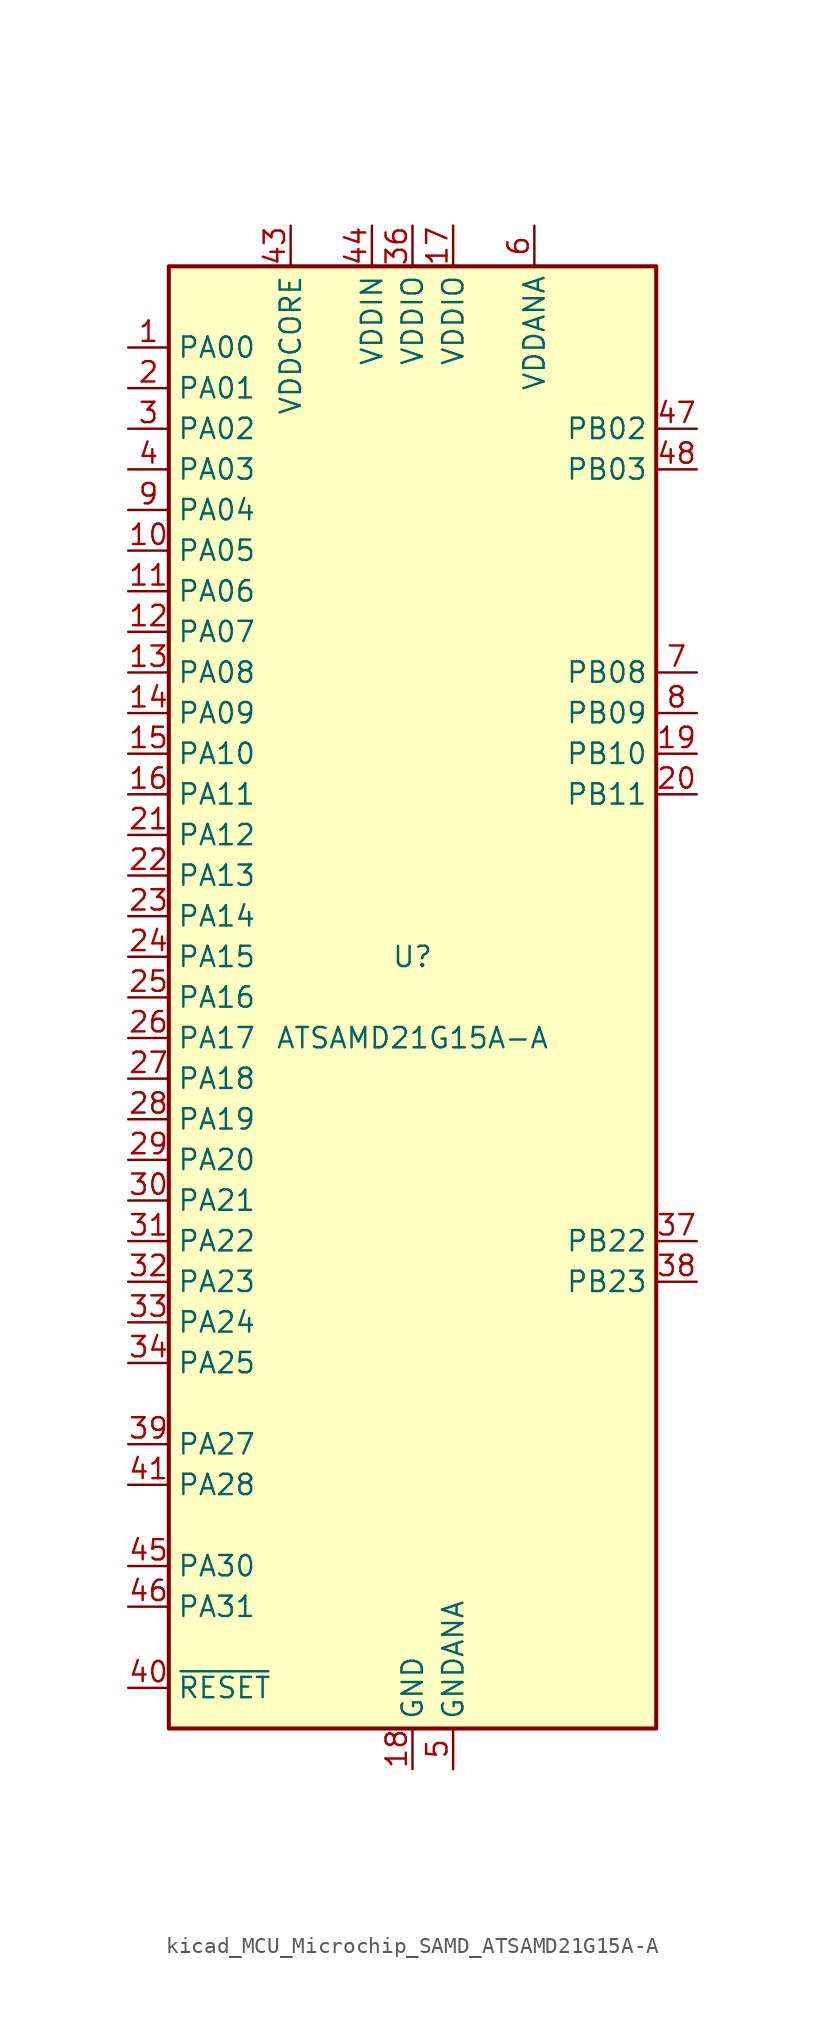
<source format=kicad_sym>
(kicad_symbol_lib
  (version 20220914)
  (generator kicad_symbol_editor)
  (symbol "kicad_MCU_Microchip_SAMD_ATSAMD21G15A-A"
    (property "Reference" "U"
      (at 0 2.54 0)
      (effects (font (size 1.27 1.27))))
    (property "Value" "ATSAMD21G15A-A"
      (at 0 -2.54 0)
      (effects (font (size 1.27 1.27))))
    (symbol "kicad_MCU_Microchip_SAMD_ATSAMD21G15A-A_0_1"
      (rectangle (start -15.24 45.72) (end 15.24 -45.72) (stroke (width 0.254) (type default)) (fill (type background))))
    (symbol "kicad_MCU_Microchip_SAMD_ATSAMD21G15A-A_1_1"
      (pin bidirectional line (at -17.78 40.64 0) (length 2.54) (name "PA00" (effects (font (size 1.27 1.27)))) (number "1" (effects (font (size 1.27 1.27)))))
      (pin bidirectional line (at -17.78 27.94 0) (length 2.54) (name "PA05" (effects (font (size 1.27 1.27)))) (number "10" (effects (font (size 1.27 1.27)))))
      (pin bidirectional line (at -17.78 25.4 0) (length 2.54) (name "PA06" (effects (font (size 1.27 1.27)))) (number "11" (effects (font (size 1.27 1.27)))))
      (pin bidirectional line (at -17.78 22.86 0) (length 2.54) (name "PA07" (effects (font (size 1.27 1.27)))) (number "12" (effects (font (size 1.27 1.27)))))
      (pin bidirectional line (at -17.78 20.32 0) (length 2.54) (name "PA08" (effects (font (size 1.27 1.27)))) (number "13" (effects (font (size 1.27 1.27)))))
      (pin bidirectional line (at -17.78 17.78 0) (length 2.54) (name "PA09" (effects (font (size 1.27 1.27)))) (number "14" (effects (font (size 1.27 1.27)))))
      (pin bidirectional line (at -17.78 15.24 0) (length 2.54) (name "PA10" (effects (font (size 1.27 1.27)))) (number "15" (effects (font (size 1.27 1.27)))))
      (pin bidirectional line (at -17.78 12.7 0) (length 2.54) (name "PA11" (effects (font (size 1.27 1.27)))) (number "16" (effects (font (size 1.27 1.27)))))
      (pin power_in line (at 2.54 48.26 270) (length 2.54) (name "VDDIO" (effects (font (size 1.27 1.27)))) (number "17" (effects (font (size 1.27 1.27)))))
      (pin power_in line (at 0 -48.26 90) (length 2.54) (name "GND" (effects (font (size 1.27 1.27)))) (number "18" (effects (font (size 1.27 1.27)))))
      (pin bidirectional line (at 17.78 15.24 180) (length 2.54) (name "PB10" (effects (font (size 1.27 1.27)))) (number "19" (effects (font (size 1.27 1.27)))))
      (pin bidirectional line (at -17.78 38.1 0) (length 2.54) (name "PA01" (effects (font (size 1.27 1.27)))) (number "2" (effects (font (size 1.27 1.27)))))
      (pin bidirectional line (at 17.78 12.7 180) (length 2.54) (name "PB11" (effects (font (size 1.27 1.27)))) (number "20" (effects (font (size 1.27 1.27)))))
      (pin bidirectional line (at -17.78 10.16 0) (length 2.54) (name "PA12" (effects (font (size 1.27 1.27)))) (number "21" (effects (font (size 1.27 1.27)))))
      (pin bidirectional line (at -17.78 7.62 0) (length 2.54) (name "PA13" (effects (font (size 1.27 1.27)))) (number "22" (effects (font (size 1.27 1.27)))))
      (pin bidirectional line (at -17.78 5.08 0) (length 2.54) (name "PA14" (effects (font (size 1.27 1.27)))) (number "23" (effects (font (size 1.27 1.27)))))
      (pin bidirectional line (at -17.78 2.54 0) (length 2.54) (name "PA15" (effects (font (size 1.27 1.27)))) (number "24" (effects (font (size 1.27 1.27)))))
      (pin bidirectional line (at -17.78 0 0) (length 2.54) (name "PA16" (effects (font (size 1.27 1.27)))) (number "25" (effects (font (size 1.27 1.27)))))
      (pin bidirectional line (at -17.78 -2.54 0) (length 2.54) (name "PA17" (effects (font (size 1.27 1.27)))) (number "26" (effects (font (size 1.27 1.27)))))
      (pin bidirectional line (at -17.78 -5.08 0) (length 2.54) (name "PA18" (effects (font (size 1.27 1.27)))) (number "27" (effects (font (size 1.27 1.27)))))
      (pin bidirectional line (at -17.78 -7.62 0) (length 2.54) (name "PA19" (effects (font (size 1.27 1.27)))) (number "28" (effects (font (size 1.27 1.27)))))
      (pin bidirectional line (at -17.78 -10.16 0) (length 2.54) (name "PA20" (effects (font (size 1.27 1.27)))) (number "29" (effects (font (size 1.27 1.27)))))
      (pin bidirectional line (at -17.78 35.56 0) (length 2.54) (name "PA02" (effects (font (size 1.27 1.27)))) (number "3" (effects (font (size 1.27 1.27)))))
      (pin bidirectional line (at -17.78 -12.7 0) (length 2.54) (name "PA21" (effects (font (size 1.27 1.27)))) (number "30" (effects (font (size 1.27 1.27)))))
      (pin bidirectional line (at -17.78 -15.24 0) (length 2.54) (name "PA22" (effects (font (size 1.27 1.27)))) (number "31" (effects (font (size 1.27 1.27)))))
      (pin bidirectional line (at -17.78 -17.78 0) (length 2.54) (name "PA23" (effects (font (size 1.27 1.27)))) (number "32" (effects (font (size 1.27 1.27)))))
      (pin bidirectional line (at -17.78 -20.32 0) (length 2.54) (name "PA24" (effects (font (size 1.27 1.27)))) (number "33" (effects (font (size 1.27 1.27)))))
      (pin bidirectional line (at -17.78 -22.86 0) (length 2.54) (name "PA25" (effects (font (size 1.27 1.27)))) (number "34" (effects (font (size 1.27 1.27)))))
      (pin passive line (at 0 -48.26 90) (length 2.54) hide (name "GND" (effects (font (size 1.27 1.27)))) (number "35" (effects (font (size 1.27 1.27)))))
      (pin power_in line (at 0 48.26 270) (length 2.54) (name "VDDIO" (effects (font (size 1.27 1.27)))) (number "36" (effects (font (size 1.27 1.27)))))
      (pin bidirectional line (at 17.78 -15.24 180) (length 2.54) (name "PB22" (effects (font (size 1.27 1.27)))) (number "37" (effects (font (size 1.27 1.27)))))
      (pin bidirectional line (at 17.78 -17.78 180) (length 2.54) (name "PB23" (effects (font (size 1.27 1.27)))) (number "38" (effects (font (size 1.27 1.27)))))
      (pin bidirectional line (at -17.78 -27.94 0) (length 2.54) (name "PA27" (effects (font (size 1.27 1.27)))) (number "39" (effects (font (size 1.27 1.27)))))
      (pin bidirectional line (at -17.78 33.02 0) (length 2.54) (name "PA03" (effects (font (size 1.27 1.27)))) (number "4" (effects (font (size 1.27 1.27)))))
      (pin input line (at -17.78 -43.18 0) (length 2.54) (name "~{RESET}" (effects (font (size 1.27 1.27)))) (number "40" (effects (font (size 1.27 1.27)))))
      (pin bidirectional line (at -17.78 -30.48 0) (length 2.54) (name "PA28" (effects (font (size 1.27 1.27)))) (number "41" (effects (font (size 1.27 1.27)))))
      (pin passive line (at 0 -48.26 90) (length 2.54) hide (name "GND" (effects (font (size 1.27 1.27)))) (number "42" (effects (font (size 1.27 1.27)))))
      (pin power_out line (at -7.62 48.26 270) (length 2.54) (name "VDDCORE" (effects (font (size 1.27 1.27)))) (number "43" (effects (font (size 1.27 1.27)))))
      (pin power_in line (at -2.54 48.26 270) (length 2.54) (name "VDDIN" (effects (font (size 1.27 1.27)))) (number "44" (effects (font (size 1.27 1.27)))))
      (pin bidirectional line (at -17.78 -35.56 0) (length 2.54) (name "PA30" (effects (font (size 1.27 1.27)))) (number "45" (effects (font (size 1.27 1.27)))))
      (pin bidirectional line (at -17.78 -38.1 0) (length 2.54) (name "PA31" (effects (font (size 1.27 1.27)))) (number "46" (effects (font (size 1.27 1.27)))))
      (pin bidirectional line (at 17.78 35.56 180) (length 2.54) (name "PB02" (effects (font (size 1.27 1.27)))) (number "47" (effects (font (size 1.27 1.27)))))
      (pin bidirectional line (at 17.78 33.02 180) (length 2.54) (name "PB03" (effects (font (size 1.27 1.27)))) (number "48" (effects (font (size 1.27 1.27)))))
      (pin power_in line (at 2.54 -48.26 90) (length 2.54) (name "GNDANA" (effects (font (size 1.27 1.27)))) (number "5" (effects (font (size 1.27 1.27)))))
      (pin power_in line (at 7.62 48.26 270) (length 2.54) (name "VDDANA" (effects (font (size 1.27 1.27)))) (number "6" (effects (font (size 1.27 1.27)))))
      (pin bidirectional line (at 17.78 20.32 180) (length 2.54) (name "PB08" (effects (font (size 1.27 1.27)))) (number "7" (effects (font (size 1.27 1.27)))))
      (pin bidirectional line (at 17.78 17.78 180) (length 2.54) (name "PB09" (effects (font (size 1.27 1.27)))) (number "8" (effects (font (size 1.27 1.27)))))
      (pin bidirectional line (at -17.78 30.48 0) (length 2.54) (name "PA04" (effects (font (size 1.27 1.27)))) (number "9" (effects (font (size 1.27 1.27))))))))
</source>
